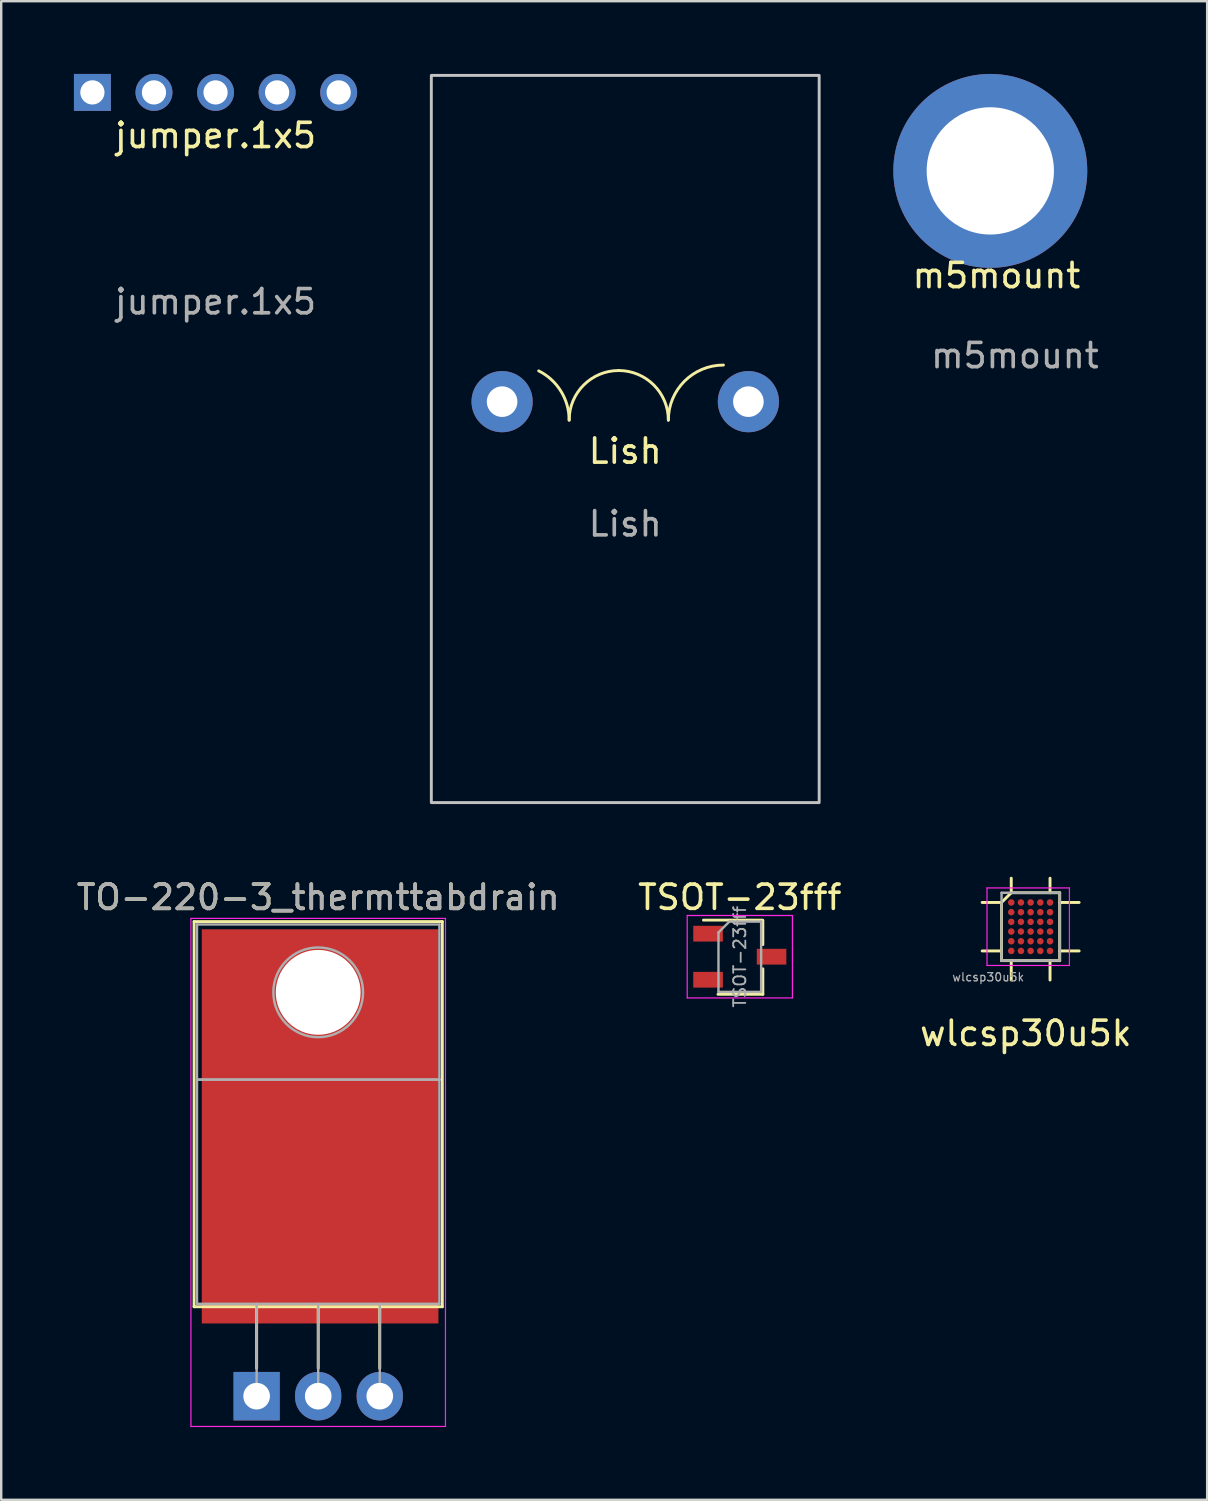
<source format=kicad_pcb>
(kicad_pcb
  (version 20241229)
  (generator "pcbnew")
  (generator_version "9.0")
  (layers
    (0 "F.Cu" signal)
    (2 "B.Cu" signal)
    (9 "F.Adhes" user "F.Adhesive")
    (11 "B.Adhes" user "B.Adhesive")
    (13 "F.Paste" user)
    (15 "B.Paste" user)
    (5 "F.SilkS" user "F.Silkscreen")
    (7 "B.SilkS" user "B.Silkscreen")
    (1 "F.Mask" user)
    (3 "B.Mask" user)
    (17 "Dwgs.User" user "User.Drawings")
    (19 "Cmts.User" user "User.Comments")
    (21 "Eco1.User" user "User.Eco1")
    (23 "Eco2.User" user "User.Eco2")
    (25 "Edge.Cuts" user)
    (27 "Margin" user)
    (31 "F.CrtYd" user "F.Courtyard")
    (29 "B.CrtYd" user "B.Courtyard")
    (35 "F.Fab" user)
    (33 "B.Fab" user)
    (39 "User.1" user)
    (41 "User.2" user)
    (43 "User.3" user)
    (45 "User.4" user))
  (footprint "TO-220-3_thermttabdrain"
    (layer "F.Cu")
    (at 7.537 54.548)
    (property "Reference" "TO-220-3_thermttabdrain" (at 2.54 -20.58 0) (layer "F.SilkS") (effects (font (size 1 1) (thickness 0.15))))
    (attr through_hole)
    (fp_line (start -2.58 -19.58) (end -2.58 -3.69) (stroke (width 0.12) (type solid)) (layer "F.SilkS"))
    (fp_line (start -2.58 -19.58) (end 7.66 -19.58) (stroke (width 0.12) (type solid)) (layer "F.SilkS"))
    (fp_line (start -2.58 -3.69) (end 7.66 -3.69) (stroke (width 0.12) (type solid)) (layer "F.SilkS"))
    (fp_line (start 0 -3.69) (end 0 -1.15) (stroke (width 0.12) (type solid)) (layer "F.SilkS"))
    (fp_line (start 2.54 -3.69) (end 2.54 -1.15) (stroke (width 0.12) (type solid)) (layer "F.SilkS"))
    (fp_line (start 5.08 -3.69) (end 5.08 -1.15) (stroke (width 0.12) (type solid)) (layer "F.SilkS"))
    (fp_line (start 7.66 -19.58) (end 7.66 -3.69) (stroke (width 0.12) (type solid)) (layer "F.SilkS"))
    (fp_line (start -2.71 -19.71) (end -2.71 1.25) (stroke (width 0.05) (type solid)) (layer "F.CrtYd"))
    (fp_line (start -2.71 1.25) (end 7.79 1.25) (stroke (width 0.05) (type solid)) (layer "F.CrtYd"))
    (fp_line (start 7.79 -19.71) (end -2.71 -19.71) (stroke (width 0.05) (type solid)) (layer "F.CrtYd"))
    (fp_line (start 7.79 1.25) (end 7.79 -19.71) (stroke (width 0.05) (type solid)) (layer "F.CrtYd"))
    (fp_line (start -2.46 -19.46) (end 7.54 -19.46) (stroke (width 0.1) (type solid)) (layer "F.Fab"))
    (fp_line (start -2.46 -13.06) (end -2.46 -19.46) (stroke (width 0.1) (type solid)) (layer "F.Fab"))
    (fp_line (start -2.46 -13.06) (end 7.54 -13.06) (stroke (width 0.1) (type solid)) (layer "F.Fab"))
    (fp_line (start -2.46 -3.81) (end -2.46 -13.06) (stroke (width 0.1) (type solid)) (layer "F.Fab"))
    (fp_line (start 0 -3.81) (end 0 0) (stroke (width 0.1) (type solid)) (layer "F.Fab"))
    (fp_line (start 2.54 -3.81) (end 2.54 0) (stroke (width 0.1) (type solid)) (layer "F.Fab"))
    (fp_line (start 5.08 -3.81) (end 5.08 0) (stroke (width 0.1) (type solid)) (layer "F.Fab"))
    (fp_line (start 7.54 -19.46) (end 7.54 -13.06) (stroke (width 0.1) (type solid)) (layer "F.Fab"))
    (fp_line (start 7.54 -13.06) (end -2.46 -13.06) (stroke (width 0.1) (type solid)) (layer "F.Fab"))
    (fp_line (start 7.54 -13.06) (end 7.54 -3.81) (stroke (width 0.1) (type solid)) (layer "F.Fab"))
    (fp_line (start 7.54 -3.81) (end -2.46 -3.81) (stroke (width 0.1) (type solid)) (layer "F.Fab"))
    (fp_circle (center 2.54 -16.66) (end 4.39 -16.66) (stroke (width 0.1) (type solid)) (fill no) (layer "F.Fab"))
    (fp_text user "${REFERENCE}" (at 2.54 -20.58 0) (layer "F.Fab") (effects (font (size 1 1) (thickness 0.15))))
    (pad "" np_thru_hole oval (at 2.54 -16.66) (size 3.5 3.5) (drill 3.5) (layers "*.Cu" "*.Mask"))
    (pad "1" thru_hole rect (at 0 0) (size 1.905 2) (drill 1.1) (layers "*.Cu" "*.Mask"))
    (pad "2" thru_hole oval (at 2.54 0) (size 1.905 2) (drill 1.1) (layers "*.Cu" "*.Mask"))
    (pad "2" smd rect (at 2.619 -11.131) (size 9.762 16.262) (layers "F.Cu" "F.Mask" "F.Paste"))
    (pad "3" thru_hole oval (at 5.08 0) (size 1.905 2) (drill 1.1) (layers "*.Cu" "*.Mask")))
  (footprint "wlcsp30u5k"
    (layer "F.Cu")
    (at 38.868 34.58)
    (property "Reference" "wlcsp30u5k" (at 0.4 5 0) (layer "F.SilkS") (effects (font (size 1 1) (thickness 0.15))))
    (attr smd)
    (fp_line (start -1.4 -0.4) (end -0.6 -0.4) (stroke (width 0.12) (type solid)) (layer "F.SilkS"))
    (fp_line (start -0.6 -0.4) (end -0.2 -0.8) (stroke (width 0.12) (type solid)) (layer "F.SilkS"))
    (fp_line (start -0.6 1.6) (end -1.4 1.6) (stroke (width 0.12) (type solid)) (layer "F.SilkS"))
    (fp_line (start -0.6 2) (end -0.6 -0.4) (stroke (width 0.12) (type solid)) (layer "F.SilkS"))
    (fp_line (start -0.2 -0.8) (end -0.2 -1.4) (stroke (width 0.12) (type solid)) (layer "F.SilkS"))
    (fp_line (start -0.2 -0.8) (end 1.8 -0.8) (stroke (width 0.12) (type solid)) (layer "F.SilkS"))
    (fp_line (start -0.2 2) (end -0.2 2.8) (stroke (width 0.12) (type solid)) (layer "F.SilkS"))
    (fp_line (start 1.4 -0.8) (end 1.4 -1.4) (stroke (width 0.12) (type solid)) (layer "F.SilkS"))
    (fp_line (start 1.4 2) (end 1.4 2.8) (stroke (width 0.12) (type solid)) (layer "F.SilkS"))
    (fp_line (start 1.8 -0.8) (end 1.8 2) (stroke (width 0.12) (type solid)) (layer "F.SilkS"))
    (fp_line (start 1.8 -0.4) (end 2.6 -0.4) (stroke (width 0.12) (type solid)) (layer "F.SilkS"))
    (fp_line (start 1.8 1.6) (end 2.6 1.6) (stroke (width 0.12) (type solid)) (layer "F.SilkS"))
    (fp_line (start 1.8 2) (end -0.6 2) (stroke (width 0.12) (type solid)) (layer "F.SilkS"))
    (fp_line (start -1.2 -1) (end -1.2 2.2) (stroke (width 0.05) (type solid)) (layer "F.CrtYd"))
    (fp_line (start -1.2 2.2) (end 2.2 2.2) (stroke (width 0.05) (type solid)) (layer "F.CrtYd"))
    (fp_line (start 2.2 -1) (end -1.2 -1) (stroke (width 0.05) (type solid)) (layer "F.CrtYd"))
    (fp_line (start 2.2 2.2) (end 2.2 -1) (stroke (width 0.05) (type solid)) (layer "F.CrtYd"))
    (fp_line (start -0.6 -0.8) (end -0.6 2) (stroke (width 0.1) (type solid)) (layer "F.Fab"))
    (fp_line (start -0.6 2) (end 1.8 2) (stroke (width 0.1) (type solid)) (layer "F.Fab"))
    (fp_line (start 1.8 -0.8) (end -0.6 -0.8) (stroke (width 0.1) (type solid)) (layer "F.Fab"))
    (fp_line (start 1.8 -0.8) (end 1.8 2) (stroke (width 0.1) (type solid)) (layer "F.Fab"))
    (fp_text user "${REFERENCE}" (at -1.15 2.68 0) (layer "F.Fab") (effects (font (size 0.34 0.34) (thickness 0.051))))
    (pad "A1" smd circle (at -0.2 -0.4) (size 0.27 0.27) (layers "F.Cu" "F.Mask" "F.Paste"))
    (pad "A2" smd circle (at 0.2 -0.4) (size 0.27 0.27) (layers "F.Cu" "F.Mask" "F.Paste"))
    (pad "A3" smd circle (at 0.6 -0.4) (size 0.27 0.27) (layers "F.Cu" "F.Mask" "F.Paste"))
    (pad "A4" smd circle (at 1 -0.4) (size 0.27 0.27) (layers "F.Cu" "F.Mask" "F.Paste"))
    (pad "A5" smd circle (at 1.4 -0.4) (size 0.27 0.27) (layers "F.Cu" "F.Mask" "F.Paste"))
    (pad "B1" smd circle (at -0.2 0) (size 0.27 0.27) (layers "F.Cu" "F.Mask" "F.Paste"))
    (pad "B2" smd circle (at 0.2 0) (size 0.27 0.27) (layers "F.Cu" "F.Mask" "F.Paste"))
    (pad "B3" smd circle (at 0.6 0) (size 0.27 0.27) (layers "F.Cu" "F.Mask" "F.Paste"))
    (pad "B4" smd circle (at 1 0) (size 0.27 0.27) (layers "F.Cu" "F.Mask" "F.Paste"))
    (pad "B5" smd circle (at 1.4 0) (size 0.27 0.27) (layers "F.Cu" "F.Mask" "F.Paste"))
    (pad "C1" smd circle (at -0.2 0.4) (size 0.27 0.27) (layers "F.Cu" "F.Mask" "F.Paste"))
    (pad "C2" smd circle (at 0.2 0.4) (size 0.27 0.27) (layers "F.Cu" "F.Mask" "F.Paste"))
    (pad "C3" smd circle (at 0.6 0.4) (size 0.27 0.27) (layers "F.Cu" "F.Mask" "F.Paste"))
    (pad "C4" smd circle (at 1 0.4) (size 0.27 0.27) (layers "F.Cu" "F.Mask" "F.Paste"))
    (pad "C5" smd circle (at 1.4 0.4) (size 0.27 0.27) (layers "F.Cu" "F.Mask" "F.Paste"))
    (pad "D1" smd circle (at -0.2 0.8) (size 0.27 0.27) (layers "F.Cu" "F.Mask" "F.Paste"))
    (pad "D2" smd circle (at 0.2 0.8) (size 0.27 0.27) (layers "F.Cu" "F.Mask" "F.Paste"))
    (pad "D3" smd circle (at 0.6 0.8) (size 0.27 0.27) (layers "F.Cu" "F.Mask" "F.Paste"))
    (pad "D4" smd circle (at 1 0.8) (size 0.27 0.27) (layers "F.Cu" "F.Mask" "F.Paste"))
    (pad "D5" smd circle (at 1.4 0.8) (size 0.27 0.27) (layers "F.Cu" "F.Mask" "F.Paste"))
    (pad "E1" smd circle (at -0.2 1.2) (size 0.27 0.27) (layers "F.Cu" "F.Mask" "F.Paste"))
    (pad "E2" smd circle (at 0.2 1.2) (size 0.27 0.27) (layers "F.Cu" "F.Mask" "F.Paste"))
    (pad "E3" smd circle (at 0.6 1.2) (size 0.27 0.27) (layers "F.Cu" "F.Mask" "F.Paste"))
    (pad "E4" smd circle (at 1 1.2) (size 0.27 0.27) (layers "F.Cu" "F.Mask" "F.Paste"))
    (pad "E5" smd circle (at 1.4 1.2) (size 0.27 0.27) (layers "F.Cu" "F.Mask" "F.Paste"))
    (pad "F1" smd circle (at -0.2 1.6) (size 0.27 0.27) (layers "F.Cu" "F.Mask" "F.Paste"))
    (pad "F2" smd circle (at 0.2 1.6) (size 0.27 0.27) (layers "F.Cu" "F.Mask" "F.Paste"))
    (pad "F3" smd circle (at 0.6 1.6) (size 0.27 0.27) (layers "F.Cu" "F.Mask" "F.Paste"))
    (pad "F4" smd circle (at 1 1.6) (size 0.27 0.27) (layers "F.Cu" "F.Mask" "F.Paste"))
    (pad "F5" smd circle (at 1.4 1.6) (size 0.27 0.27) (layers "F.Cu" "F.Mask" "F.Paste")))
  (footprint "m5mount"
    (layer "F.Cu")
    (at 37.804 4)
    (property "Reference" "m5mount" (at 0.254 4.318 0) (unlocked yes) (layer "F.SilkS") (effects (font (size 1 1) (thickness 0.15))))
    (attr through_hole)
    (fp_text user "${REFERENCE}" (at 1.016 7.62 0) (unlocked yes) (layer "F.Fab") (effects (font (size 1 1) (thickness 0.15))))
    (pad "1" thru_hole circle (at 0 0) (size 8 8) (drill 5.25) (layers "*.Cu" "*.Mask")))
  (footprint "jumper.1x5"
    (layer "F.Cu")
    (at 5.842 3.302)
    (property "Reference" "jumper.1x5" (at 0 -0.762 0) (unlocked yes) (layer "F.SilkS") (effects (font (size 1 1) (thickness 0.15))))
    (attr through_hole)
    (fp_text user "${REFERENCE}" (at 0 6.096 0) (unlocked yes) (layer "F.Fab") (effects (font (size 1 1) (thickness 0.15))))
    (pad "1" thru_hole rect (at -5.08 -2.54) (size 1.524 1.524) (drill 1) (layers "*.Cu" "*.Mask"))
    (pad "2" thru_hole circle (at -2.54 -2.54) (size 1.524 1.524) (drill 1) (layers "*.Cu" "*.Mask"))
    (pad "3" thru_hole circle (at 0 -2.54) (size 1.524 1.524) (drill 1) (layers "*.Cu" "*.Mask"))
    (pad "4" thru_hole circle (at 2.54 -2.54) (size 1.524 1.524) (drill 1) (layers "*.Cu" "*.Mask"))
    (pad "5" thru_hole circle (at 5.08 -2.54) (size 1.524 1.524) (drill 1) (layers "*.Cu" "*.Mask")))
  (footprint "TSOT-23fff"
    (layer "F.Cu")
    (at 27.47 36.418)
    (property "Reference" "TSOT-23fff" (at 0 -2.45 0) (layer "F.SilkS") (effects (font (size 1 1) (thickness 0.15))))
    (attr smd)
    (fp_line (start 0.93 -1.51) (end -1.5 -1.51) (stroke (width 0.12) (type solid)) (layer "F.SilkS"))
    (fp_line (start 0.95 -1.5) (end 0.95 -0.5) (stroke (width 0.12) (type solid)) (layer "F.SilkS"))
    (fp_line (start 0.95 0.5) (end 0.95 1.55) (stroke (width 0.12) (type solid)) (layer "F.SilkS"))
    (fp_line (start 0.95 1.55) (end -0.9 1.55) (stroke (width 0.12) (type solid)) (layer "F.SilkS"))
    (fp_line (start -2.17 -1.7) (end -2.17 1.7) (stroke (width 0.05) (type solid)) (layer "F.CrtYd"))
    (fp_line (start -2.17 -1.7) (end 2.17 -1.7) (stroke (width 0.05) (type solid)) (layer "F.CrtYd"))
    (fp_line (start 2.17 1.7) (end -2.17 1.7) (stroke (width 0.05) (type solid)) (layer "F.CrtYd"))
    (fp_line (start 2.17 1.7) (end 2.17 -1.7) (stroke (width 0.05) (type solid)) (layer "F.CrtYd"))
    (fp_line (start -0.88 -1) (end -0.88 1.45) (stroke (width 0.1) (type solid)) (layer "F.Fab"))
    (fp_line (start -0.88 -1) (end -0.43 -1.45) (stroke (width 0.1) (type solid)) (layer "F.Fab"))
    (fp_line (start 0.88 -1.45) (end -0.43 -1.45) (stroke (width 0.1) (type solid)) (layer "F.Fab"))
    (fp_line (start 0.88 -1.45) (end 0.88 1.45) (stroke (width 0.1) (type solid)) (layer "F.Fab"))
    (fp_line (start 0.88 1.45) (end -0.88 1.45) (stroke (width 0.1) (type solid)) (layer "F.Fab"))
    (fp_text user "${REFERENCE}" (at 0 0 90) (layer "F.Fab") (effects (font (size 0.5 0.5) (thickness 0.075))))
    (pad "1" smd rect (at -1.31 -0.95) (size 1.22 0.65) (layers "F.Cu" "F.Mask" "F.Paste"))
    (pad "2" smd rect (at -1.31 0.95) (size 1.22 0.65) (layers "F.Cu" "F.Mask" "F.Paste"))
    (pad "3" smd rect (at 1.31 0) (size 1.22 0.65) (layers "F.Cu" "F.Mask" "F.Paste")))
  (footprint "Lish"
    (layer "F.Cu")
    (at 22.744 16.06)
    (property "Reference" "Lish" (at 0 -0.5 0) (unlocked yes) (layer "F.SilkS") (effects (font (size 1 1) (thickness 0.15))))
    (attr through_hole)
    (fp_arc (start -3.570155 -3.81) (mid -2.653608 -2.97238) (end -2.31431 -1.778) (stroke (width 0.12) (type solid)) (layer "F.SilkS"))
    (fp_arc (start -2.31431 -1.778) (mid -1.715005 -3.22485) (end -0.268155 -3.824155) (stroke (width 0.12) (type solid)) (layer "F.SilkS"))
    (fp_arc (start -0.268155 -3.824155) (mid 1.178695 -3.22485) (end 1.778 -1.778) (stroke (width 0.12) (type solid)) (layer "F.SilkS"))
    (fp_arc (start 1.778 -1.778) (mid 2.443408 -3.384437) (end 4.049845 -4.049845) (stroke (width 0.12) (type solid)) (layer "F.SilkS"))
    (fp_rect (start -8 -16) (end 8 14) (stroke (width 0.12) (type solid)) (fill no) (layer "Dwgs.User"))
    (fp_text user "${REFERENCE}" (at 0 2.5 0) (unlocked yes) (layer "F.Fab") (effects (font (size 1 1) (thickness 0.15))))
    (pad "1" thru_hole circle (at -5.08 -2.54) (size 2.524 2.524) (drill 1.262) (layers "*.Cu" "*.Mask"))
    (pad "2" thru_hole circle (at 5.08 -2.54) (size 2.524 2.524) (drill 1.262) (layers "*.Cu" "*.Mask")))
  (gr_rect
    (start -3 -3)
    (end 46.75 58.823)
    (stroke (width 0.1) (type default))
    (fill no)
    (layer "Edge.Cuts")))
</source>
